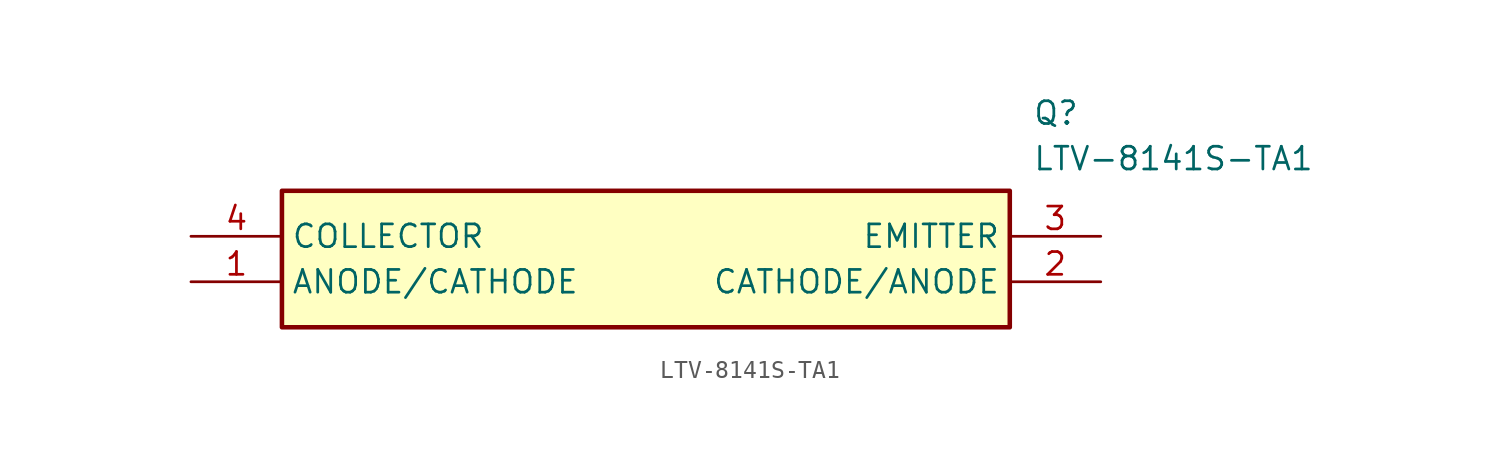
<source format=kicad_sym>
(kicad_symbol_lib
  (version 20211014)
  (generator SamacSys_ECAD_Model)
  (symbol "LTV-8141S-TA1"
    (property "Reference" "Q"
      (at 46.99 7.62 0)
      (effects (font (size 1.27 1.27)) (justify left top)))
    (property "Value" "LTV-8141S-TA1"
      (at 46.99 5.08 0)
      (effects (font (size 1.27 1.27)) (justify left top)))
    (rectangle
      (start 5.08 2.54)
      (end 45.72 -5.08)
      (stroke (width 0.254) (type default))
      (fill (type background)))
    (pin passive line
      (at 0 -2.54 0)
      (length 5.08)
      (name "ANODE/CATHODE" (effects (font (size 1.27 1.27))))
      (number "1" (effects (font (size 1.27 1.27)))))
    (pin passive line
      (at 50.8 -2.54 180)
      (length 5.08)
      (name "CATHODE/ANODE" (effects (font (size 1.27 1.27))))
      (number "2" (effects (font (size 1.27 1.27)))))
    (pin passive line
      (at 50.8 0 180)
      (length 5.08)
      (name "EMITTER" (effects (font (size 1.27 1.27))))
      (number "3" (effects (font (size 1.27 1.27)))))
    (pin passive line
      (at 0 0 0)
      (length 5.08)
      (name "COLLECTOR" (effects (font (size 1.27 1.27))))
      (number "4" (effects (font (size 1.27 1.27)))))))
</source>
